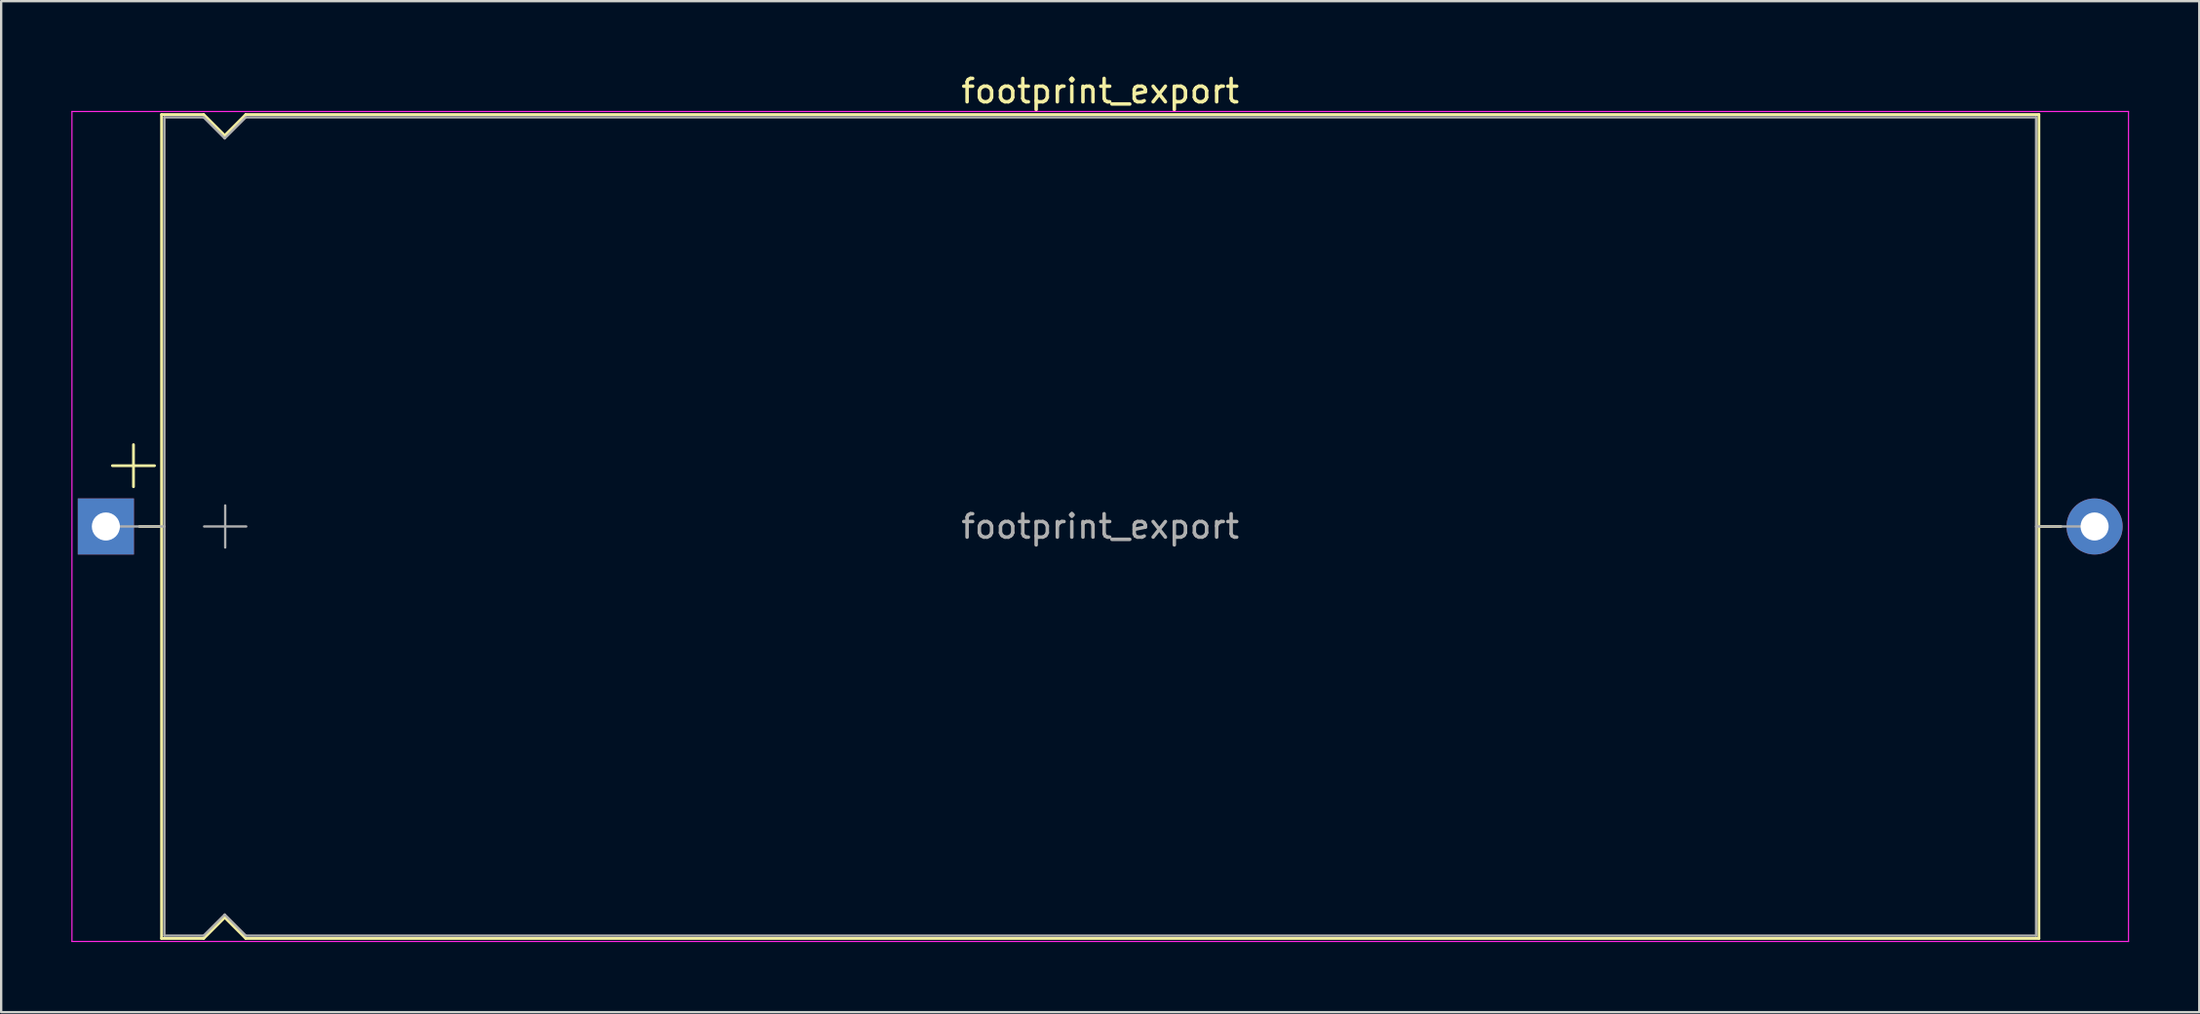
<source format=kicad_pcb>
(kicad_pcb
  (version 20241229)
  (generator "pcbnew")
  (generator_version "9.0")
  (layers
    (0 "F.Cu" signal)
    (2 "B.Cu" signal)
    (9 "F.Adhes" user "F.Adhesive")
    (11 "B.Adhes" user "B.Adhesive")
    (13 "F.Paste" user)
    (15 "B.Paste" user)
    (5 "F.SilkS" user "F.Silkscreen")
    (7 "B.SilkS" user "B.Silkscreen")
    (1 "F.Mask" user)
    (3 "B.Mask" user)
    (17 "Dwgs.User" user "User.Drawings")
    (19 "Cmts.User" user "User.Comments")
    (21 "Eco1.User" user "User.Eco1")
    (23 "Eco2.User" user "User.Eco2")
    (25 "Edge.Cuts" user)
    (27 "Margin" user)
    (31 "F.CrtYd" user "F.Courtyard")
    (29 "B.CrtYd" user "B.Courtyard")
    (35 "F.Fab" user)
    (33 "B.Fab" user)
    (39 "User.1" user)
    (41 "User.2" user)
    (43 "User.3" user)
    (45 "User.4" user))
  (footprint "footprint_export"
    (layer "F.Cu")
    (at 1.475 19.468)
    (property "Reference" "footprint_export" (at 42.5 -18.62 0) (layer "F.SilkS") (effects (font (size 1 1) (thickness 0.15))))
    (attr through_hole)
    (fp_line (start 0.28 -2.6) (end 2.08 -2.6) (stroke (width 0.12) (type solid)) (layer "F.SilkS"))
    (fp_line (start 1.18 -3.5) (end 1.18 -1.7) (stroke (width 0.12) (type solid)) (layer "F.SilkS"))
    (fp_line (start 1.44 0) (end 2.38 0) (stroke (width 0.12) (type solid)) (layer "F.SilkS"))
    (fp_line (start 2.38 -17.62) (end 2.38 17.62) (stroke (width 0.12) (type solid)) (layer "F.SilkS"))
    (fp_line (start 2.38 -17.62) (end 4.18 -17.62) (stroke (width 0.12) (type solid)) (layer "F.SilkS"))
    (fp_line (start 2.38 17.62) (end 4.18 17.62) (stroke (width 0.12) (type solid)) (layer "F.SilkS"))
    (fp_line (start 4.18 -17.62) (end 5.08 -16.72) (stroke (width 0.12) (type solid)) (layer "F.SilkS"))
    (fp_line (start 4.18 17.62) (end 5.08 16.72) (stroke (width 0.12) (type solid)) (layer "F.SilkS"))
    (fp_line (start 5.08 -16.72) (end 5.98 -17.62) (stroke (width 0.12) (type solid)) (layer "F.SilkS"))
    (fp_line (start 5.08 16.72) (end 5.98 17.62) (stroke (width 0.12) (type solid)) (layer "F.SilkS"))
    (fp_line (start 5.98 -17.62) (end 82.62 -17.62) (stroke (width 0.12) (type solid)) (layer "F.SilkS"))
    (fp_line (start 5.98 17.62) (end 82.62 17.62) (stroke (width 0.12) (type solid)) (layer "F.SilkS"))
    (fp_line (start 82.62 -17.62) (end 82.62 17.62) (stroke (width 0.12) (type solid)) (layer "F.SilkS"))
    (fp_line (start 83.56 0) (end 82.62 0) (stroke (width 0.12) (type solid)) (layer "F.SilkS"))
    (fp_line (start -1.45 -17.75) (end -1.45 17.75) (stroke (width 0.05) (type solid)) (layer "F.CrtYd"))
    (fp_line (start -1.45 17.75) (end 86.45 17.75) (stroke (width 0.05) (type solid)) (layer "F.CrtYd"))
    (fp_line (start 86.45 -17.75) (end -1.45 -17.75) (stroke (width 0.05) (type solid)) (layer "F.CrtYd"))
    (fp_line (start 86.45 17.75) (end 86.45 -17.75) (stroke (width 0.05) (type solid)) (layer "F.CrtYd"))
    (fp_line (start 0 0) (end 2.5 0) (stroke (width 0.1) (type solid)) (layer "F.Fab"))
    (fp_line (start 2.5 -17.5) (end 2.5 17.5) (stroke (width 0.1) (type solid)) (layer "F.Fab"))
    (fp_line (start 2.5 -17.5) (end 4.18 -17.5) (stroke (width 0.1) (type solid)) (layer "F.Fab"))
    (fp_line (start 2.5 17.5) (end 4.18 17.5) (stroke (width 0.1) (type solid)) (layer "F.Fab"))
    (fp_line (start 4.18 -17.5) (end 5.08 -16.6) (stroke (width 0.1) (type solid)) (layer "F.Fab"))
    (fp_line (start 4.18 17.5) (end 5.08 16.6) (stroke (width 0.1) (type solid)) (layer "F.Fab"))
    (fp_line (start 4.2 0) (end 6 0) (stroke (width 0.1) (type solid)) (layer "F.Fab"))
    (fp_line (start 5.08 -16.6) (end 5.98 -17.5) (stroke (width 0.1) (type solid)) (layer "F.Fab"))
    (fp_line (start 5.08 16.6) (end 5.98 17.5) (stroke (width 0.1) (type solid)) (layer "F.Fab"))
    (fp_line (start 5.1 -0.9) (end 5.1 0.9) (stroke (width 0.1) (type solid)) (layer "F.Fab"))
    (fp_line (start 5.98 -17.5) (end 82.5 -17.5) (stroke (width 0.1) (type solid)) (layer "F.Fab"))
    (fp_line (start 5.98 17.5) (end 82.5 17.5) (stroke (width 0.1) (type solid)) (layer "F.Fab"))
    (fp_line (start 82.5 -17.5) (end 82.5 17.5) (stroke (width 0.1) (type solid)) (layer "F.Fab"))
    (fp_line (start 85 0) (end 82.5 0) (stroke (width 0.1) (type solid)) (layer "F.Fab"))
    (fp_text user "${REFERENCE}" (at 42.5 0 0) (layer "F.Fab") (effects (font (size 1 1) (thickness 0.15))))
    (pad "1" thru_hole rect (at 0 0) (size 2.4 2.4) (drill 1.2) (layers "*.Cu" "*.Mask"))
    (pad "2" thru_hole oval (at 85 0) (size 2.4 2.4) (drill 1.2) (layers "*.Cu" "*.Mask")))
  (gr_rect
    (start -3 -3)
    (end 90.95 40.243)
    (stroke (width 0.1) (type default))
    (fill no)
    (layer "Edge.Cuts")))
</source>
